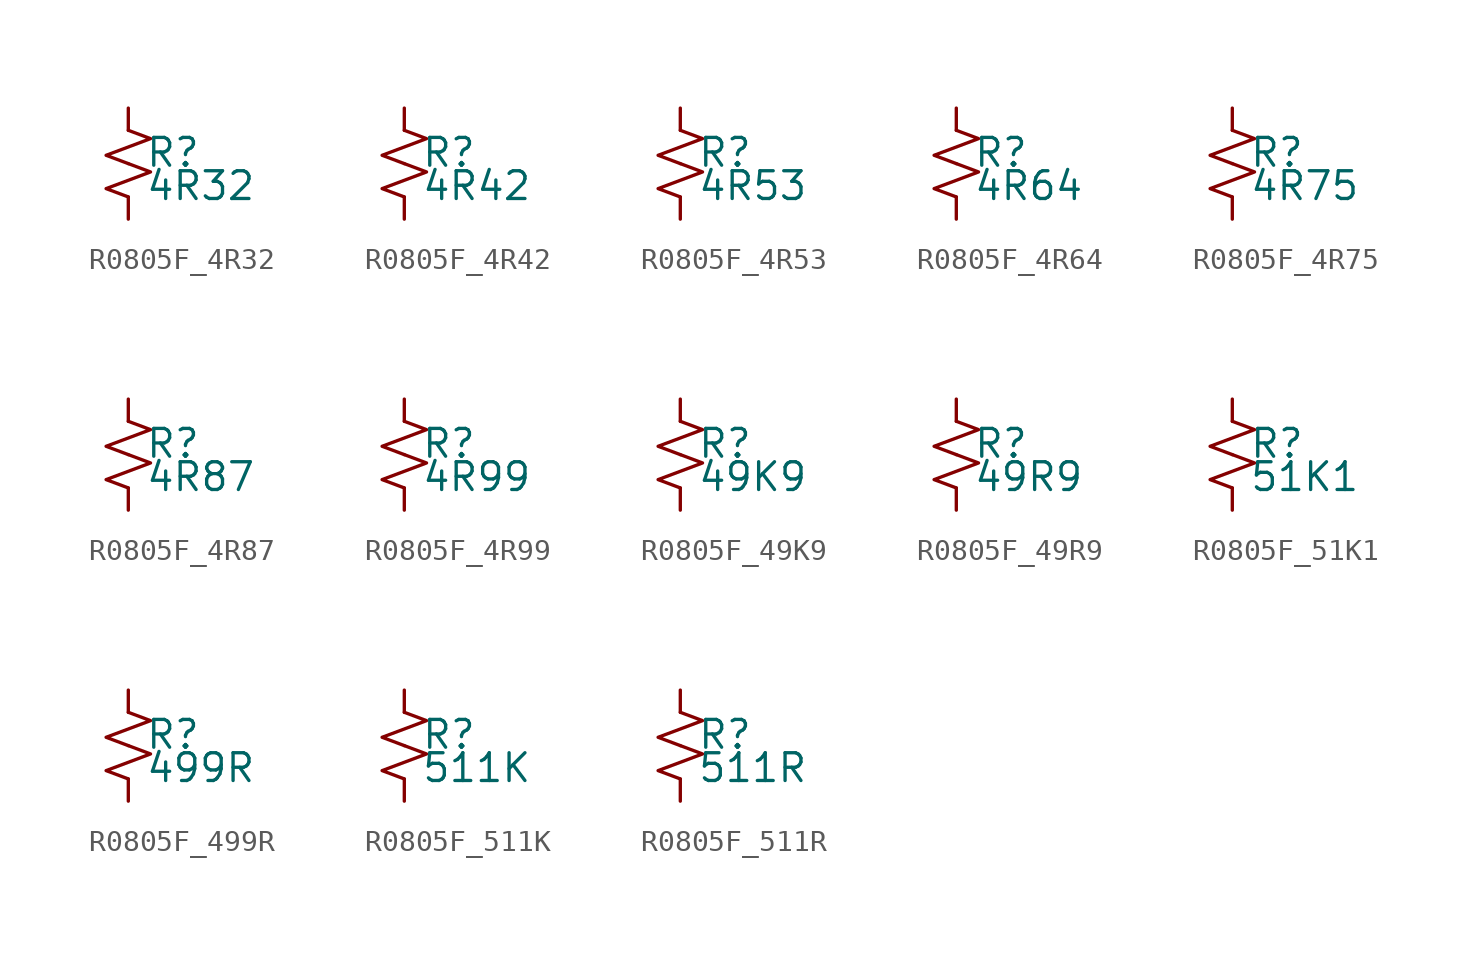
<source format=kicad_sym>
(kicad_symbol_lib
  (version 20220914)
  (generator kicad_symbol_editor)
  (symbol "R0805F_4R32"
    (pin_numbers hide)
    (pin_names
      (offset 0.254) hide)
    (property "Reference" "R"
      (at 0.762 0.508 0)
      (effects (font (size 1.27 1.27)) (justify left)))
    (property "Value" "4R32"
      (at 0.762 -1.016 0)
      (effects (font (size 1.27 1.27)) (justify left)))
    (symbol "R0805F_4R32_1_1"
      (polyline (pts (xy 0 0) (xy 1.016 -0.381) (xy 0 -0.762) (xy -1.016 -1.143) (xy 0 -1.524)) (stroke (width 0) (type default)) (fill (type none)))
      (polyline (pts (xy 0 1.524) (xy 1.016 1.143) (xy 0 0.762) (xy -1.016 0.381) (xy 0 0)) (stroke (width 0) (type default)) (fill (type none)))
      (pin passive line (at 0 2.54 270) (length 1.016) (name "~" (effects (font (size 1.27 1.27)))) (number "1" (effects (font (size 1.27 1.27)))))
      (pin passive line (at 0 -2.54 90) (length 1.016) (name "~" (effects (font (size 1.27 1.27)))) (number "2" (effects (font (size 1.27 1.27)))))))
  (symbol "R0805F_4R42"
    (pin_numbers hide)
    (pin_names
      (offset 0.254) hide)
    (property "Reference" "R"
      (at 0.762 0.508 0)
      (effects (font (size 1.27 1.27)) (justify left)))
    (property "Value" "4R42"
      (at 0.762 -1.016 0)
      (effects (font (size 1.27 1.27)) (justify left)))
    (symbol "R0805F_4R42_1_1"
      (polyline (pts (xy 0 0) (xy 1.016 -0.381) (xy 0 -0.762) (xy -1.016 -1.143) (xy 0 -1.524)) (stroke (width 0) (type default)) (fill (type none)))
      (polyline (pts (xy 0 1.524) (xy 1.016 1.143) (xy 0 0.762) (xy -1.016 0.381) (xy 0 0)) (stroke (width 0) (type default)) (fill (type none)))
      (pin passive line (at 0 2.54 270) (length 1.016) (name "~" (effects (font (size 1.27 1.27)))) (number "1" (effects (font (size 1.27 1.27)))))
      (pin passive line (at 0 -2.54 90) (length 1.016) (name "~" (effects (font (size 1.27 1.27)))) (number "2" (effects (font (size 1.27 1.27)))))))
  (symbol "R0805F_4R53"
    (pin_numbers hide)
    (pin_names
      (offset 0.254) hide)
    (property "Reference" "R"
      (at 0.762 0.508 0)
      (effects (font (size 1.27 1.27)) (justify left)))
    (property "Value" "4R53"
      (at 0.762 -1.016 0)
      (effects (font (size 1.27 1.27)) (justify left)))
    (symbol "R0805F_4R53_1_1"
      (polyline (pts (xy 0 0) (xy 1.016 -0.381) (xy 0 -0.762) (xy -1.016 -1.143) (xy 0 -1.524)) (stroke (width 0) (type default)) (fill (type none)))
      (polyline (pts (xy 0 1.524) (xy 1.016 1.143) (xy 0 0.762) (xy -1.016 0.381) (xy 0 0)) (stroke (width 0) (type default)) (fill (type none)))
      (pin passive line (at 0 2.54 270) (length 1.016) (name "~" (effects (font (size 1.27 1.27)))) (number "1" (effects (font (size 1.27 1.27)))))
      (pin passive line (at 0 -2.54 90) (length 1.016) (name "~" (effects (font (size 1.27 1.27)))) (number "2" (effects (font (size 1.27 1.27)))))))
  (symbol "R0805F_4R64"
    (pin_numbers hide)
    (pin_names
      (offset 0.254) hide)
    (property "Reference" "R"
      (at 0.762 0.508 0)
      (effects (font (size 1.27 1.27)) (justify left)))
    (property "Value" "4R64"
      (at 0.762 -1.016 0)
      (effects (font (size 1.27 1.27)) (justify left)))
    (symbol "R0805F_4R64_1_1"
      (polyline (pts (xy 0 0) (xy 1.016 -0.381) (xy 0 -0.762) (xy -1.016 -1.143) (xy 0 -1.524)) (stroke (width 0) (type default)) (fill (type none)))
      (polyline (pts (xy 0 1.524) (xy 1.016 1.143) (xy 0 0.762) (xy -1.016 0.381) (xy 0 0)) (stroke (width 0) (type default)) (fill (type none)))
      (pin passive line (at 0 2.54 270) (length 1.016) (name "~" (effects (font (size 1.27 1.27)))) (number "1" (effects (font (size 1.27 1.27)))))
      (pin passive line (at 0 -2.54 90) (length 1.016) (name "~" (effects (font (size 1.27 1.27)))) (number "2" (effects (font (size 1.27 1.27)))))))
  (symbol "R0805F_4R75"
    (pin_numbers hide)
    (pin_names
      (offset 0.254) hide)
    (property "Reference" "R"
      (at 0.762 0.508 0)
      (effects (font (size 1.27 1.27)) (justify left)))
    (property "Value" "4R75"
      (at 0.762 -1.016 0)
      (effects (font (size 1.27 1.27)) (justify left)))
    (symbol "R0805F_4R75_1_1"
      (polyline (pts (xy 0 0) (xy 1.016 -0.381) (xy 0 -0.762) (xy -1.016 -1.143) (xy 0 -1.524)) (stroke (width 0) (type default)) (fill (type none)))
      (polyline (pts (xy 0 1.524) (xy 1.016 1.143) (xy 0 0.762) (xy -1.016 0.381) (xy 0 0)) (stroke (width 0) (type default)) (fill (type none)))
      (pin passive line (at 0 2.54 270) (length 1.016) (name "~" (effects (font (size 1.27 1.27)))) (number "1" (effects (font (size 1.27 1.27)))))
      (pin passive line (at 0 -2.54 90) (length 1.016) (name "~" (effects (font (size 1.27 1.27)))) (number "2" (effects (font (size 1.27 1.27)))))))
  (symbol "R0805F_4R87"
    (pin_numbers hide)
    (pin_names
      (offset 0.254) hide)
    (property "Reference" "R"
      (at 0.762 0.508 0)
      (effects (font (size 1.27 1.27)) (justify left)))
    (property "Value" "4R87"
      (at 0.762 -1.016 0)
      (effects (font (size 1.27 1.27)) (justify left)))
    (symbol "R0805F_4R87_1_1"
      (polyline (pts (xy 0 0) (xy 1.016 -0.381) (xy 0 -0.762) (xy -1.016 -1.143) (xy 0 -1.524)) (stroke (width 0) (type default)) (fill (type none)))
      (polyline (pts (xy 0 1.524) (xy 1.016 1.143) (xy 0 0.762) (xy -1.016 0.381) (xy 0 0)) (stroke (width 0) (type default)) (fill (type none)))
      (pin passive line (at 0 2.54 270) (length 1.016) (name "~" (effects (font (size 1.27 1.27)))) (number "1" (effects (font (size 1.27 1.27)))))
      (pin passive line (at 0 -2.54 90) (length 1.016) (name "~" (effects (font (size 1.27 1.27)))) (number "2" (effects (font (size 1.27 1.27)))))))
  (symbol "R0805F_4R99"
    (pin_numbers hide)
    (pin_names
      (offset 0.254) hide)
    (property "Reference" "R"
      (at 0.762 0.508 0)
      (effects (font (size 1.27 1.27)) (justify left)))
    (property "Value" "4R99"
      (at 0.762 -1.016 0)
      (effects (font (size 1.27 1.27)) (justify left)))
    (symbol "R0805F_4R99_1_1"
      (polyline (pts (xy 0 0) (xy 1.016 -0.381) (xy 0 -0.762) (xy -1.016 -1.143) (xy 0 -1.524)) (stroke (width 0) (type default)) (fill (type none)))
      (polyline (pts (xy 0 1.524) (xy 1.016 1.143) (xy 0 0.762) (xy -1.016 0.381) (xy 0 0)) (stroke (width 0) (type default)) (fill (type none)))
      (pin passive line (at 0 2.54 270) (length 1.016) (name "~" (effects (font (size 1.27 1.27)))) (number "1" (effects (font (size 1.27 1.27)))))
      (pin passive line (at 0 -2.54 90) (length 1.016) (name "~" (effects (font (size 1.27 1.27)))) (number "2" (effects (font (size 1.27 1.27)))))))
  (symbol "R0805F_49K9"
    (pin_numbers hide)
    (pin_names
      (offset 0.254) hide)
    (property "Reference" "R"
      (at 0.762 0.508 0)
      (effects (font (size 1.27 1.27)) (justify left)))
    (property "Value" "49K9"
      (at 0.762 -1.016 0)
      (effects (font (size 1.27 1.27)) (justify left)))
    (symbol "R0805F_49K9_1_1"
      (polyline (pts (xy 0 0) (xy 1.016 -0.381) (xy 0 -0.762) (xy -1.016 -1.143) (xy 0 -1.524)) (stroke (width 0) (type default)) (fill (type none)))
      (polyline (pts (xy 0 1.524) (xy 1.016 1.143) (xy 0 0.762) (xy -1.016 0.381) (xy 0 0)) (stroke (width 0) (type default)) (fill (type none)))
      (pin passive line (at 0 2.54 270) (length 1.016) (name "~" (effects (font (size 1.27 1.27)))) (number "1" (effects (font (size 1.27 1.27)))))
      (pin passive line (at 0 -2.54 90) (length 1.016) (name "~" (effects (font (size 1.27 1.27)))) (number "2" (effects (font (size 1.27 1.27)))))))
  (symbol "R0805F_49R9"
    (pin_numbers hide)
    (pin_names
      (offset 0.254) hide)
    (property "Reference" "R"
      (at 0.762 0.508 0)
      (effects (font (size 1.27 1.27)) (justify left)))
    (property "Value" "49R9"
      (at 0.762 -1.016 0)
      (effects (font (size 1.27 1.27)) (justify left)))
    (symbol "R0805F_49R9_1_1"
      (polyline (pts (xy 0 0) (xy 1.016 -0.381) (xy 0 -0.762) (xy -1.016 -1.143) (xy 0 -1.524)) (stroke (width 0) (type default)) (fill (type none)))
      (polyline (pts (xy 0 1.524) (xy 1.016 1.143) (xy 0 0.762) (xy -1.016 0.381) (xy 0 0)) (stroke (width 0) (type default)) (fill (type none)))
      (pin passive line (at 0 2.54 270) (length 1.016) (name "~" (effects (font (size 1.27 1.27)))) (number "1" (effects (font (size 1.27 1.27)))))
      (pin passive line (at 0 -2.54 90) (length 1.016) (name "~" (effects (font (size 1.27 1.27)))) (number "2" (effects (font (size 1.27 1.27)))))))
  (symbol "R0805F_51K1"
    (pin_numbers hide)
    (pin_names
      (offset 0.254) hide)
    (property "Reference" "R"
      (at 0.762 0.508 0)
      (effects (font (size 1.27 1.27)) (justify left)))
    (property "Value" "51K1"
      (at 0.762 -1.016 0)
      (effects (font (size 1.27 1.27)) (justify left)))
    (symbol "R0805F_51K1_1_1"
      (polyline (pts (xy 0 0) (xy 1.016 -0.381) (xy 0 -0.762) (xy -1.016 -1.143) (xy 0 -1.524)) (stroke (width 0) (type default)) (fill (type none)))
      (polyline (pts (xy 0 1.524) (xy 1.016 1.143) (xy 0 0.762) (xy -1.016 0.381) (xy 0 0)) (stroke (width 0) (type default)) (fill (type none)))
      (pin passive line (at 0 2.54 270) (length 1.016) (name "~" (effects (font (size 1.27 1.27)))) (number "1" (effects (font (size 1.27 1.27)))))
      (pin passive line (at 0 -2.54 90) (length 1.016) (name "~" (effects (font (size 1.27 1.27)))) (number "2" (effects (font (size 1.27 1.27)))))))
  (symbol "R0805F_499R"
    (pin_numbers hide)
    (pin_names
      (offset 0.254) hide)
    (property "Reference" "R"
      (at 0.762 0.508 0)
      (effects (font (size 1.27 1.27)) (justify left)))
    (property "Value" "499R"
      (at 0.762 -1.016 0)
      (effects (font (size 1.27 1.27)) (justify left)))
    (symbol "R0805F_499R_1_1"
      (polyline (pts (xy 0 0) (xy 1.016 -0.381) (xy 0 -0.762) (xy -1.016 -1.143) (xy 0 -1.524)) (stroke (width 0) (type default)) (fill (type none)))
      (polyline (pts (xy 0 1.524) (xy 1.016 1.143) (xy 0 0.762) (xy -1.016 0.381) (xy 0 0)) (stroke (width 0) (type default)) (fill (type none)))
      (pin passive line (at 0 2.54 270) (length 1.016) (name "~" (effects (font (size 1.27 1.27)))) (number "1" (effects (font (size 1.27 1.27)))))
      (pin passive line (at 0 -2.54 90) (length 1.016) (name "~" (effects (font (size 1.27 1.27)))) (number "2" (effects (font (size 1.27 1.27)))))))
  (symbol "R0805F_511K"
    (pin_numbers hide)
    (pin_names
      (offset 0.254) hide)
    (property "Reference" "R"
      (at 0.762 0.508 0)
      (effects (font (size 1.27 1.27)) (justify left)))
    (property "Value" "511K"
      (at 0.762 -1.016 0)
      (effects (font (size 1.27 1.27)) (justify left)))
    (symbol "R0805F_511K_1_1"
      (polyline (pts (xy 0 0) (xy 1.016 -0.381) (xy 0 -0.762) (xy -1.016 -1.143) (xy 0 -1.524)) (stroke (width 0) (type default)) (fill (type none)))
      (polyline (pts (xy 0 1.524) (xy 1.016 1.143) (xy 0 0.762) (xy -1.016 0.381) (xy 0 0)) (stroke (width 0) (type default)) (fill (type none)))
      (pin passive line (at 0 2.54 270) (length 1.016) (name "~" (effects (font (size 1.27 1.27)))) (number "1" (effects (font (size 1.27 1.27)))))
      (pin passive line (at 0 -2.54 90) (length 1.016) (name "~" (effects (font (size 1.27 1.27)))) (number "2" (effects (font (size 1.27 1.27)))))))
  (symbol "R0805F_511R"
    (pin_numbers hide)
    (pin_names
      (offset 0.254) hide)
    (property "Reference" "R"
      (at 0.762 0.508 0)
      (effects (font (size 1.27 1.27)) (justify left)))
    (property "Value" "511R"
      (at 0.762 -1.016 0)
      (effects (font (size 1.27 1.27)) (justify left)))
    (symbol "R0805F_511R_1_1"
      (polyline (pts (xy 0 0) (xy 1.016 -0.381) (xy 0 -0.762) (xy -1.016 -1.143) (xy 0 -1.524)) (stroke (width 0) (type default)) (fill (type none)))
      (polyline (pts (xy 0 1.524) (xy 1.016 1.143) (xy 0 0.762) (xy -1.016 0.381) (xy 0 0)) (stroke (width 0) (type default)) (fill (type none)))
      (pin passive line (at 0 2.54 270) (length 1.016) (name "~" (effects (font (size 1.27 1.27)))) (number "1" (effects (font (size 1.27 1.27)))))
      (pin passive line (at 0 -2.54 90) (length 1.016) (name "~" (effects (font (size 1.27 1.27)))) (number "2" (effects (font (size 1.27 1.27))))))))
</source>
